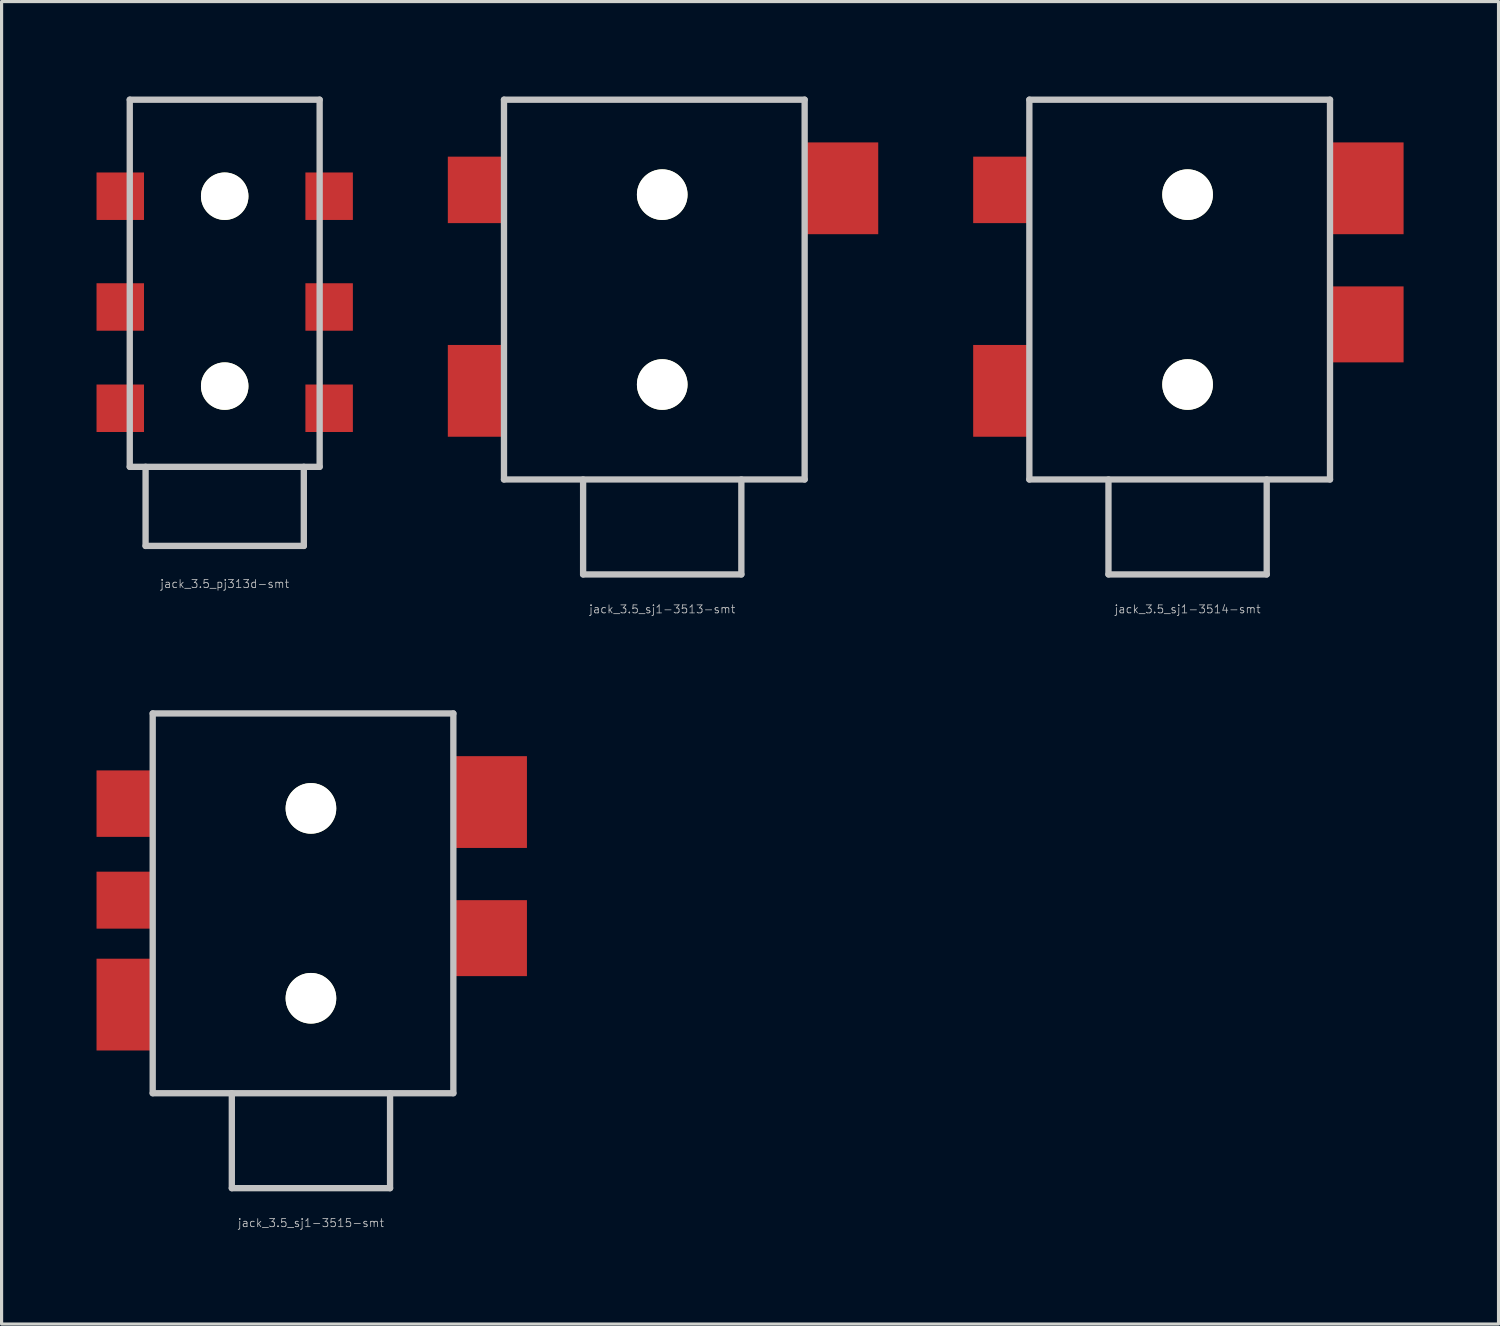
<source format=kicad_pcb>
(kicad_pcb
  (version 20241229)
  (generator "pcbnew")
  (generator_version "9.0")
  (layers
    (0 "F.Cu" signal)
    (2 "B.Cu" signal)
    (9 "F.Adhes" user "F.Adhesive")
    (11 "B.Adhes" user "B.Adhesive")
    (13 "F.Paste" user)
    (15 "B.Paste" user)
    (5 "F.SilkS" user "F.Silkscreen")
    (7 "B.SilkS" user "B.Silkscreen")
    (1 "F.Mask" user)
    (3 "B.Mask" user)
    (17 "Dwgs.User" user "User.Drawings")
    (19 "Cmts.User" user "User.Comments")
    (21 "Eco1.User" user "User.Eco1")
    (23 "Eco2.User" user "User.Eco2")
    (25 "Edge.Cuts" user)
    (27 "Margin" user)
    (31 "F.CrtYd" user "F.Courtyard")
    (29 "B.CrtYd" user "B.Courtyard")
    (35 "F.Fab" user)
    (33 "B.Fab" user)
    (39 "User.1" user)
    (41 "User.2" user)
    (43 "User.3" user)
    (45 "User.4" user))
  (footprint "jack_3.5_sj1-3514-smt"
    (layer "F.Cu")
    (at 34.475 6)
    (property "Reference" "jack_3.5_sj1-3514-smt" (at 0 10.2 0) (layer "Dwgs.User") (effects (font (size 0.254 0.254) (thickness 0.025))))
    (attr smd)
    (fp_line (start -5 -5.9) (end 4.5 -5.9) (stroke (width 0.2) (type solid)) (layer "Dwgs.User"))
    (fp_line (start -5 6.1) (end -5 -5.9) (stroke (width 0.2) (type solid)) (layer "Dwgs.User"))
    (fp_line (start -2.5 6.1) (end -2.5 9.1) (stroke (width 0.2) (type solid)) (layer "Dwgs.User"))
    (fp_line (start -2.5 9.1) (end 2.5 9.1) (stroke (width 0.2) (type solid)) (layer "Dwgs.User"))
    (fp_line (start 2.5 9.1) (end 2.5 6.1) (stroke (width 0.2) (type solid)) (layer "Dwgs.User"))
    (fp_line (start 4.5 -5.9) (end 4.5 6.1) (stroke (width 0.2) (type solid)) (layer "Dwgs.User"))
    (fp_line (start 4.5 6.1) (end -5 6.1) (stroke (width 0.2) (type solid)) (layer "Dwgs.User"))
    (pad "" np_thru_hole circle (at 0 -2.9) (size 1.6 1.6) (drill 1.6) (layers "*.Cu" "*.Mask" "F.SilkS"))
    (pad "" np_thru_hole circle (at 0 3.1) (size 1.6 1.6) (drill 1.6) (layers "*.Cu" "*.Mask" "F.SilkS"))
    (pad "1" smd rect (at -5.9 3.3) (size 1.75 2.9) (layers "F.Cu" "F.Mask" "F.Paste"))
    (pad "2" smd rect (at 5.7 1.2) (size 2.25 2.4) (layers "F.Cu" "F.Mask" "F.Paste"))
    (pad "3" smd rect (at 5.7 -3.1) (size 2.25 2.9) (layers "F.Cu" "F.Mask" "F.Paste"))
    (pad "4" smd rect (at -5.9 -3.05) (size 1.75 2.1) (layers "F.Cu" "F.Mask" "F.Paste")))
  (footprint "jack_3.5_sj1-3515-smt"
    (layer "F.Cu")
    (at 6.775 25.393)
    (property "Reference" "jack_3.5_sj1-3515-smt" (at 0 10.2 0) (layer "Dwgs.User") (effects (font (size 0.254 0.254) (thickness 0.025))))
    (attr smd)
    (fp_line (start -5 -5.9) (end 4.5 -5.9) (stroke (width 0.2) (type solid)) (layer "Dwgs.User"))
    (fp_line (start -5 6.1) (end -5 -5.9) (stroke (width 0.2) (type solid)) (layer "Dwgs.User"))
    (fp_line (start -2.5 6.1) (end -2.5 9.1) (stroke (width 0.2) (type solid)) (layer "Dwgs.User"))
    (fp_line (start -2.5 9.1) (end 2.5 9.1) (stroke (width 0.2) (type solid)) (layer "Dwgs.User"))
    (fp_line (start 2.5 9.1) (end 2.5 6.1) (stroke (width 0.2) (type solid)) (layer "Dwgs.User"))
    (fp_line (start 4.5 -5.9) (end 4.5 6.1) (stroke (width 0.2) (type solid)) (layer "Dwgs.User"))
    (fp_line (start 4.5 6.1) (end -5 6.1) (stroke (width 0.2) (type solid)) (layer "Dwgs.User"))
    (pad "" np_thru_hole circle (at 0 -2.9) (size 1.6 1.6) (drill 1.6) (layers "*.Cu" "*.Mask" "F.SilkS"))
    (pad "" np_thru_hole circle (at 0 3.1) (size 1.6 1.6) (drill 1.6) (layers "*.Cu" "*.Mask" "F.SilkS"))
    (pad "1" smd rect (at -5.9 3.3) (size 1.75 2.9) (layers "F.Cu" "F.Mask" "F.Paste"))
    (pad "2" smd rect (at 5.7 -3.1) (size 2.25 2.9) (layers "F.Cu" "F.Mask" "F.Paste"))
    (pad "3" smd rect (at -5.9 -3.05) (size 1.75 2.1) (layers "F.Cu" "F.Mask" "F.Paste"))
    (pad "4" smd rect (at 5.7 1.2) (size 2.25 2.4) (layers "F.Cu" "F.Mask" "F.Paste"))
    (pad "5" smd rect (at -5.9 0) (size 1.75 1.8) (layers "F.Cu" "F.Mask" "F.Paste")))
  (footprint "jack_3.5_pj313d-smt"
    (layer "F.Cu")
    (at 4.05 5.9)
    (property "Reference" "jack_3.5_pj313d-smt" (at 0 9.5 0) (layer "Dwgs.User") (effects (font (size 0.254 0.254) (thickness 0.025))))
    (attr smd)
    (fp_line (start -3 -5.8) (end -3 5.8) (stroke (width 0.2) (type solid)) (layer "Dwgs.User"))
    (fp_line (start -3 -5.8) (end 3 -5.8) (stroke (width 0.2) (type solid)) (layer "Dwgs.User"))
    (fp_line (start -3 5.8) (end 3 5.8) (stroke (width 0.2) (type solid)) (layer "Dwgs.User"))
    (fp_line (start -2.5 5.8) (end -2.5 8.3) (stroke (width 0.2) (type solid)) (layer "Dwgs.User"))
    (fp_line (start -2.5 8.3) (end 2.5 8.3) (stroke (width 0.2) (type solid)) (layer "Dwgs.User"))
    (fp_line (start 2.5 5.8) (end 2.5 8.3) (stroke (width 0.2) (type solid)) (layer "Dwgs.User"))
    (fp_line (start 3 -5.8) (end 3 5.8) (stroke (width 0.2) (type solid)) (layer "Dwgs.User"))
    (pad "" np_thru_hole circle (at 0 -2.75) (size 1.5 1.5) (drill 1.5) (layers "*.Cu" "*.Mask" "F.SilkS"))
    (pad "" np_thru_hole circle (at 0 3.25) (size 1.5 1.5) (drill 1.5) (layers "*.Cu" "*.Mask" "F.SilkS"))
    (pad "1" smd rect (at -3.3 3.95) (size 1.5 1.5) (layers "F.Cu" "F.Mask" "F.Paste"))
    (pad "1" smd rect (at 3.3 3.95) (size 1.5 1.5) (layers "F.Cu" "F.Mask" "F.Paste"))
    (pad "2" smd rect (at -3.3 -2.75) (size 1.5 1.5) (layers "F.Cu" "F.Mask" "F.Paste"))
    (pad "2" smd rect (at 3.3 -2.75) (size 1.5 1.5) (layers "F.Cu" "F.Mask" "F.Paste"))
    (pad "3" smd rect (at -3.3 0.75) (size 1.5 1.5) (layers "F.Cu" "F.Mask" "F.Paste"))
    (pad "3" smd rect (at 3.3 0.75) (size 1.5 1.5) (layers "F.Cu" "F.Mask" "F.Paste")))
  (footprint "jack_3.5_sj1-3513-smt"
    (layer "F.Cu")
    (at 17.875 6)
    (property "Reference" "jack_3.5_sj1-3513-smt" (at 0 10.2 0) (layer "Dwgs.User") (effects (font (size 0.254 0.254) (thickness 0.025))))
    (attr smd)
    (fp_line (start -5 -5.9) (end 4.5 -5.9) (stroke (width 0.2) (type solid)) (layer "Dwgs.User"))
    (fp_line (start -5 6.1) (end -5 -5.9) (stroke (width 0.2) (type solid)) (layer "Dwgs.User"))
    (fp_line (start -2.5 6.1) (end -2.5 9.1) (stroke (width 0.2) (type solid)) (layer "Dwgs.User"))
    (fp_line (start -2.5 9.1) (end 2.5 9.1) (stroke (width 0.2) (type solid)) (layer "Dwgs.User"))
    (fp_line (start 2.5 9.1) (end 2.5 6.1) (stroke (width 0.2) (type solid)) (layer "Dwgs.User"))
    (fp_line (start 4.5 -5.9) (end 4.5 6.1) (stroke (width 0.2) (type solid)) (layer "Dwgs.User"))
    (fp_line (start 4.5 6.1) (end -5 6.1) (stroke (width 0.2) (type solid)) (layer "Dwgs.User"))
    (pad "" np_thru_hole circle (at 0 -2.9) (size 1.6 1.6) (drill 1.6) (layers "*.Cu" "*.Mask" "F.SilkS"))
    (pad "" np_thru_hole circle (at 0 3.1) (size 1.6 1.6) (drill 1.6) (layers "*.Cu" "*.Mask" "F.SilkS"))
    (pad "1" smd rect (at -5.9 3.3) (size 1.75 2.9) (layers "F.Cu" "F.Mask" "F.Paste"))
    (pad "2" smd rect (at 5.7 -3.1) (size 2.25 2.9) (layers "F.Cu" "F.Mask" "F.Paste"))
    (pad "3" smd rect (at -5.9 -3.05) (size 1.75 2.1) (layers "F.Cu" "F.Mask" "F.Paste")))
  (gr_rect
    (start -3 -3)
    (end 44.3 38.786)
    (stroke (width 0.1) (type default))
    (fill no)
    (layer "Edge.Cuts")))
</source>
